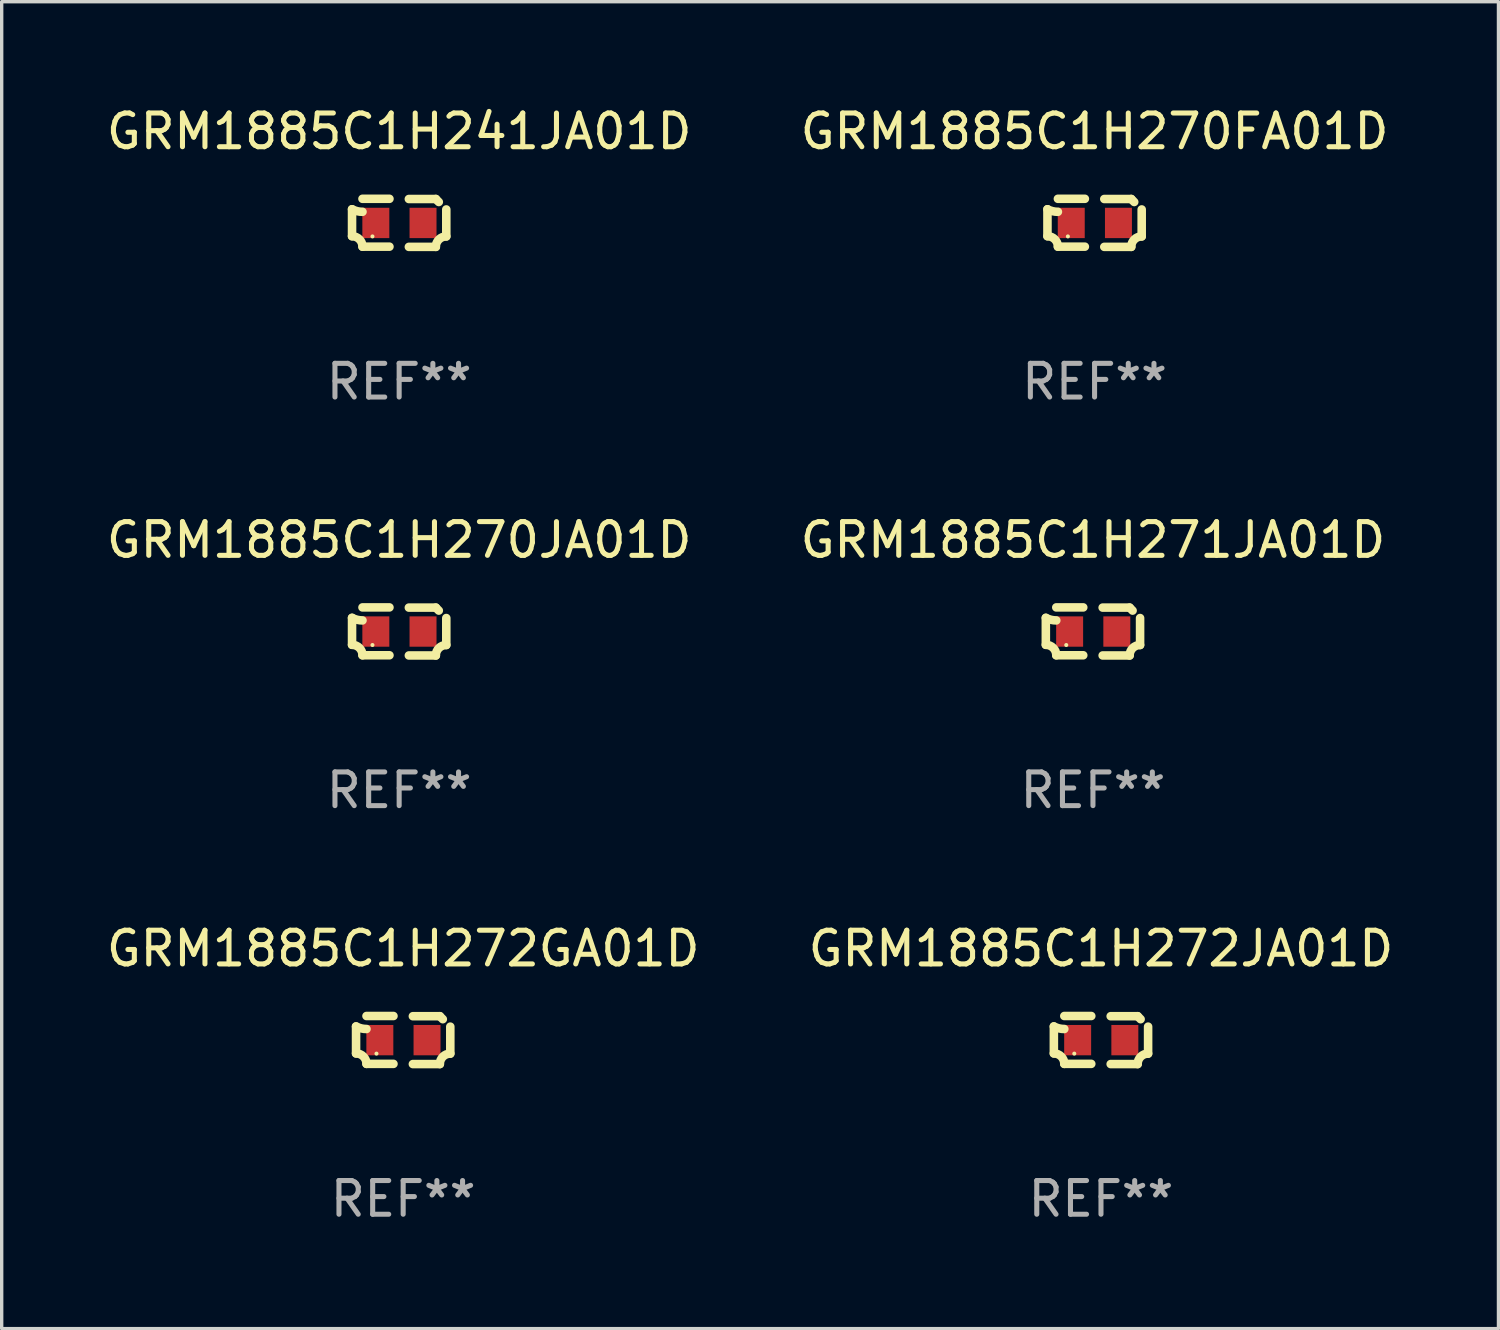
<source format=kicad_pcb>
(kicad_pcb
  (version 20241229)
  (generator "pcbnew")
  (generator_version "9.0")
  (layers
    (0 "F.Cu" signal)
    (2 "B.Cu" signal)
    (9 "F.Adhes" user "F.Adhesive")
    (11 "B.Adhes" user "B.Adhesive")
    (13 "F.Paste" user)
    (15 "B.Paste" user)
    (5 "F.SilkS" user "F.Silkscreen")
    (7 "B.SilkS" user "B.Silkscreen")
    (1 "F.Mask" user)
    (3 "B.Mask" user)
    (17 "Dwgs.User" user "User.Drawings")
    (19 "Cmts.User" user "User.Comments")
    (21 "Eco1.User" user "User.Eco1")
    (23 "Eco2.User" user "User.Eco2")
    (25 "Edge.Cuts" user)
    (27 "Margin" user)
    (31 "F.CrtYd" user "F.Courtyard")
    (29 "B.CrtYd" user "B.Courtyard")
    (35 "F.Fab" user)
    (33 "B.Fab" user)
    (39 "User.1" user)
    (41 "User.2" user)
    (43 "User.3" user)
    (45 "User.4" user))
  (footprint "GRM1885C1H270JA01D"
    (layer "F.Cu")
    (at 8.792 15.683)
    (property "Reference" "GRM1885C1H270JA01D" (at 0 -2.713 0) (layer "F.SilkS") (effects (font (size 1 1) (thickness 0.15))))
    (attr through_hole)
    (fp_line (start -1.398 -0.403) (end -1.398 0.397) (stroke (width 0.254) (type solid)) (layer "F.SilkS"))
    (fp_line (start -0.288 -0.713) (end -1.088 -0.713) (stroke (width 0.254) (type solid)) (layer "F.SilkS"))
    (fp_line (start -0.288 0.707) (end -1.088 0.707) (stroke (width 0.254) (type solid)) (layer "F.SilkS"))
    (fp_line (start 0.288 -0.707) (end 1.088 -0.707) (stroke (width 0.254) (type solid)) (layer "F.SilkS"))
    (fp_line (start 0.288 0.713) (end 1.088 0.713) (stroke (width 0.254) (type solid)) (layer "F.SilkS"))
    (fp_line (start 1.398 -0.397) (end 1.398 0.403) (stroke (width 0.254) (type solid)) (layer "F.SilkS"))
    (fp_arc (start -1.397789 0.397066) (mid -1.178701 0.487826) (end -1.08796 0.706922) (stroke (width 0.254001) (type solid)) (layer "F.SilkS"))
    (fp_arc (start -1.08796 -0.327176) (mid -1.247436 -0.346384) (end -1.39779 -0.402908) (stroke (width 0.254001) (type solid)) (layer "F.SilkS"))
    (fp_arc (start 1.087909 0.712738) (mid 1.178656 0.493655) (end 1.397739 0.402908) (stroke (width 0.254001) (type solid)) (layer "F.SilkS"))
    (fp_arc (start 1.175925 -0.618926) (mid 1.131917 -0.662923) (end 1.08791 -0.706922) (stroke (width 0.254001) (type solid)) (layer "F.SilkS"))
    (fp_circle (center -0.792 0.403) (end -0.762 0.403) (stroke (width 0.06) (type solid)) (fill no) (layer "F.SilkS"))
    (fp_text user "REF**" (at 0 4.713 0) (layer "F.Fab") (effects (font (size 1 1) (thickness 0.15))))
    (pad "1" smd rect (at -0.692 0.003) (size 0.8 0.9) (layers "F.Cu" "F.Mask" "F.Paste"))
    (pad "2" smd rect (at 0.708 0.003) (size 0.8 0.9) (layers "F.Cu" "F.Mask" "F.Paste")))
  (footprint "GRM1885C1H271JA01D"
    (layer "F.Cu")
    (at 29.375 15.683)
    (property "Reference" "GRM1885C1H271JA01D" (at 0 -2.713 0) (layer "F.SilkS") (effects (font (size 1 1) (thickness 0.15))))
    (attr through_hole)
    (fp_line (start -1.398 -0.403) (end -1.398 0.397) (stroke (width 0.254) (type solid)) (layer "F.SilkS"))
    (fp_line (start -0.288 -0.713) (end -1.088 -0.713) (stroke (width 0.254) (type solid)) (layer "F.SilkS"))
    (fp_line (start -0.288 0.707) (end -1.088 0.707) (stroke (width 0.254) (type solid)) (layer "F.SilkS"))
    (fp_line (start 0.288 -0.707) (end 1.088 -0.707) (stroke (width 0.254) (type solid)) (layer "F.SilkS"))
    (fp_line (start 0.288 0.713) (end 1.088 0.713) (stroke (width 0.254) (type solid)) (layer "F.SilkS"))
    (fp_line (start 1.398 -0.397) (end 1.398 0.403) (stroke (width 0.254) (type solid)) (layer "F.SilkS"))
    (fp_arc (start -1.397789 0.397066) (mid -1.178701 0.487826) (end -1.08796 0.706922) (stroke (width 0.254001) (type solid)) (layer "F.SilkS"))
    (fp_arc (start -1.08796 -0.327176) (mid -1.247436 -0.346384) (end -1.39779 -0.402908) (stroke (width 0.254001) (type solid)) (layer "F.SilkS"))
    (fp_arc (start 1.087909 0.712738) (mid 1.178656 0.493655) (end 1.397739 0.402908) (stroke (width 0.254001) (type solid)) (layer "F.SilkS"))
    (fp_arc (start 1.175925 -0.618926) (mid 1.131917 -0.662923) (end 1.08791 -0.706922) (stroke (width 0.254001) (type solid)) (layer "F.SilkS"))
    (fp_circle (center -0.792 0.403) (end -0.762 0.403) (stroke (width 0.06) (type solid)) (fill no) (layer "F.SilkS"))
    (fp_text user "REF**" (at 0 4.713 0) (layer "F.Fab") (effects (font (size 1 1) (thickness 0.15))))
    (pad "1" smd rect (at -0.692 0.003) (size 0.8 0.9) (layers "F.Cu" "F.Mask" "F.Paste"))
    (pad "2" smd rect (at 0.708 0.003) (size 0.8 0.9) (layers "F.Cu" "F.Mask" "F.Paste")))
  (footprint "GRM1885C1H241JA01D"
    (layer "F.Cu")
    (at 8.792 3.561)
    (property "Reference" "GRM1885C1H241JA01D" (at 0 -2.713 0) (layer "F.SilkS") (effects (font (size 1 1) (thickness 0.15))))
    (attr through_hole)
    (fp_line (start -1.398 -0.403) (end -1.398 0.397) (stroke (width 0.254) (type solid)) (layer "F.SilkS"))
    (fp_line (start -0.288 -0.713) (end -1.088 -0.713) (stroke (width 0.254) (type solid)) (layer "F.SilkS"))
    (fp_line (start -0.288 0.707) (end -1.088 0.707) (stroke (width 0.254) (type solid)) (layer "F.SilkS"))
    (fp_line (start 0.288 -0.707) (end 1.088 -0.707) (stroke (width 0.254) (type solid)) (layer "F.SilkS"))
    (fp_line (start 0.288 0.713) (end 1.088 0.713) (stroke (width 0.254) (type solid)) (layer "F.SilkS"))
    (fp_line (start 1.398 -0.397) (end 1.398 0.403) (stroke (width 0.254) (type solid)) (layer "F.SilkS"))
    (fp_arc (start -1.397789 0.397066) (mid -1.178701 0.487826) (end -1.08796 0.706922) (stroke (width 0.254001) (type solid)) (layer "F.SilkS"))
    (fp_arc (start -1.08796 -0.327176) (mid -1.247436 -0.346384) (end -1.39779 -0.402908) (stroke (width 0.254001) (type solid)) (layer "F.SilkS"))
    (fp_arc (start 1.087909 0.712738) (mid 1.178656 0.493655) (end 1.397739 0.402908) (stroke (width 0.254001) (type solid)) (layer "F.SilkS"))
    (fp_arc (start 1.175925 -0.618926) (mid 1.131917 -0.662923) (end 1.08791 -0.706922) (stroke (width 0.254001) (type solid)) (layer "F.SilkS"))
    (fp_circle (center -0.792 0.403) (end -0.762 0.403) (stroke (width 0.06) (type solid)) (fill no) (layer "F.SilkS"))
    (fp_text user "REF**" (at 0 4.713 0) (layer "F.Fab") (effects (font (size 1 1) (thickness 0.15))))
    (pad "1" smd rect (at -0.692 0.003) (size 0.8 0.9) (layers "F.Cu" "F.Mask" "F.Paste"))
    (pad "2" smd rect (at 0.708 0.003) (size 0.8 0.9) (layers "F.Cu" "F.Mask" "F.Paste")))
  (footprint "GRM1885C1H270FA01D"
    (layer "F.Cu")
    (at 29.423 3.561)
    (property "Reference" "GRM1885C1H270FA01D" (at 0 -2.713 0) (layer "F.SilkS") (effects (font (size 1 1) (thickness 0.15))))
    (attr through_hole)
    (fp_line (start -1.398 -0.403) (end -1.398 0.397) (stroke (width 0.254) (type solid)) (layer "F.SilkS"))
    (fp_line (start -0.288 -0.713) (end -1.088 -0.713) (stroke (width 0.254) (type solid)) (layer "F.SilkS"))
    (fp_line (start -0.288 0.707) (end -1.088 0.707) (stroke (width 0.254) (type solid)) (layer "F.SilkS"))
    (fp_line (start 0.288 -0.707) (end 1.088 -0.707) (stroke (width 0.254) (type solid)) (layer "F.SilkS"))
    (fp_line (start 0.288 0.713) (end 1.088 0.713) (stroke (width 0.254) (type solid)) (layer "F.SilkS"))
    (fp_line (start 1.398 -0.397) (end 1.398 0.403) (stroke (width 0.254) (type solid)) (layer "F.SilkS"))
    (fp_arc (start -1.397789 0.397066) (mid -1.178701 0.487826) (end -1.08796 0.706922) (stroke (width 0.254001) (type solid)) (layer "F.SilkS"))
    (fp_arc (start -1.08796 -0.327176) (mid -1.247436 -0.346384) (end -1.39779 -0.402908) (stroke (width 0.254001) (type solid)) (layer "F.SilkS"))
    (fp_arc (start 1.087909 0.712738) (mid 1.178656 0.493655) (end 1.397739 0.402908) (stroke (width 0.254001) (type solid)) (layer "F.SilkS"))
    (fp_arc (start 1.175925 -0.618926) (mid 1.131917 -0.662923) (end 1.08791 -0.706922) (stroke (width 0.254001) (type solid)) (layer "F.SilkS"))
    (fp_circle (center -0.792 0.403) (end -0.762 0.403) (stroke (width 0.06) (type solid)) (fill no) (layer "F.SilkS"))
    (fp_text user "REF**" (at 0 4.713 0) (layer "F.Fab") (effects (font (size 1 1) (thickness 0.15))))
    (pad "1" smd rect (at -0.692 0.003) (size 0.8 0.9) (layers "F.Cu" "F.Mask" "F.Paste"))
    (pad "2" smd rect (at 0.708 0.003) (size 0.8 0.9) (layers "F.Cu" "F.Mask" "F.Paste")))
  (footprint "GRM1885C1H272JA01D"
    (layer "F.Cu")
    (at 29.613 27.805)
    (property "Reference" "GRM1885C1H272JA01D" (at 0 -2.713 0) (layer "F.SilkS") (effects (font (size 1 1) (thickness 0.15))))
    (attr through_hole)
    (fp_line (start -1.398 -0.403) (end -1.398 0.397) (stroke (width 0.254) (type solid)) (layer "F.SilkS"))
    (fp_line (start -0.288 -0.713) (end -1.088 -0.713) (stroke (width 0.254) (type solid)) (layer "F.SilkS"))
    (fp_line (start -0.288 0.707) (end -1.088 0.707) (stroke (width 0.254) (type solid)) (layer "F.SilkS"))
    (fp_line (start 0.288 -0.707) (end 1.088 -0.707) (stroke (width 0.254) (type solid)) (layer "F.SilkS"))
    (fp_line (start 0.288 0.713) (end 1.088 0.713) (stroke (width 0.254) (type solid)) (layer "F.SilkS"))
    (fp_line (start 1.398 -0.397) (end 1.398 0.403) (stroke (width 0.254) (type solid)) (layer "F.SilkS"))
    (fp_arc (start -1.397789 0.397066) (mid -1.178701 0.487826) (end -1.08796 0.706922) (stroke (width 0.254001) (type solid)) (layer "F.SilkS"))
    (fp_arc (start -1.08796 -0.327176) (mid -1.247436 -0.346384) (end -1.39779 -0.402908) (stroke (width 0.254001) (type solid)) (layer "F.SilkS"))
    (fp_arc (start 1.087909 0.712738) (mid 1.178656 0.493655) (end 1.397739 0.402908) (stroke (width 0.254001) (type solid)) (layer "F.SilkS"))
    (fp_arc (start 1.175925 -0.618926) (mid 1.131917 -0.662923) (end 1.08791 -0.706922) (stroke (width 0.254001) (type solid)) (layer "F.SilkS"))
    (fp_circle (center -0.792 0.403) (end -0.762 0.403) (stroke (width 0.06) (type solid)) (fill no) (layer "F.SilkS"))
    (fp_text user "REF**" (at 0 4.713 0) (layer "F.Fab") (effects (font (size 1 1) (thickness 0.15))))
    (pad "1" smd rect (at -0.692 0.003) (size 0.8 0.9) (layers "F.Cu" "F.Mask" "F.Paste"))
    (pad "2" smd rect (at 0.708 0.003) (size 0.8 0.9) (layers "F.Cu" "F.Mask" "F.Paste")))
  (footprint "GRM1885C1H272GA01D"
    (layer "F.Cu")
    (at 8.911 27.805)
    (property "Reference" "GRM1885C1H272GA01D" (at 0 -2.713 0) (layer "F.SilkS") (effects (font (size 1 1) (thickness 0.15))))
    (attr through_hole)
    (fp_line (start -1.398 -0.403) (end -1.398 0.397) (stroke (width 0.254) (type solid)) (layer "F.SilkS"))
    (fp_line (start -0.288 -0.713) (end -1.088 -0.713) (stroke (width 0.254) (type solid)) (layer "F.SilkS"))
    (fp_line (start -0.288 0.707) (end -1.088 0.707) (stroke (width 0.254) (type solid)) (layer "F.SilkS"))
    (fp_line (start 0.288 -0.707) (end 1.088 -0.707) (stroke (width 0.254) (type solid)) (layer "F.SilkS"))
    (fp_line (start 0.288 0.713) (end 1.088 0.713) (stroke (width 0.254) (type solid)) (layer "F.SilkS"))
    (fp_line (start 1.398 -0.397) (end 1.398 0.403) (stroke (width 0.254) (type solid)) (layer "F.SilkS"))
    (fp_arc (start -1.397789 0.397066) (mid -1.178701 0.487826) (end -1.08796 0.706922) (stroke (width 0.254001) (type solid)) (layer "F.SilkS"))
    (fp_arc (start -1.08796 -0.327176) (mid -1.247436 -0.346384) (end -1.39779 -0.402908) (stroke (width 0.254001) (type solid)) (layer "F.SilkS"))
    (fp_arc (start 1.087909 0.712738) (mid 1.178656 0.493655) (end 1.397739 0.402908) (stroke (width 0.254001) (type solid)) (layer "F.SilkS"))
    (fp_arc (start 1.175925 -0.618926) (mid 1.131917 -0.662923) (end 1.08791 -0.706922) (stroke (width 0.254001) (type solid)) (layer "F.SilkS"))
    (fp_circle (center -0.792 0.403) (end -0.762 0.403) (stroke (width 0.06) (type solid)) (fill no) (layer "F.SilkS"))
    (fp_text user "REF**" (at 0 4.713 0) (layer "F.Fab") (effects (font (size 1 1) (thickness 0.15))))
    (pad "1" smd rect (at -0.692 0.003) (size 0.8 0.9) (layers "F.Cu" "F.Mask" "F.Paste"))
    (pad "2" smd rect (at 0.708 0.003) (size 0.8 0.9) (layers "F.Cu" "F.Mask" "F.Paste")))
  (gr_rect
    (start -3 -3)
    (end 41.405 36.366)
    (stroke (width 0.1) (type default))
    (fill no)
    (layer "Edge.Cuts")))
</source>
